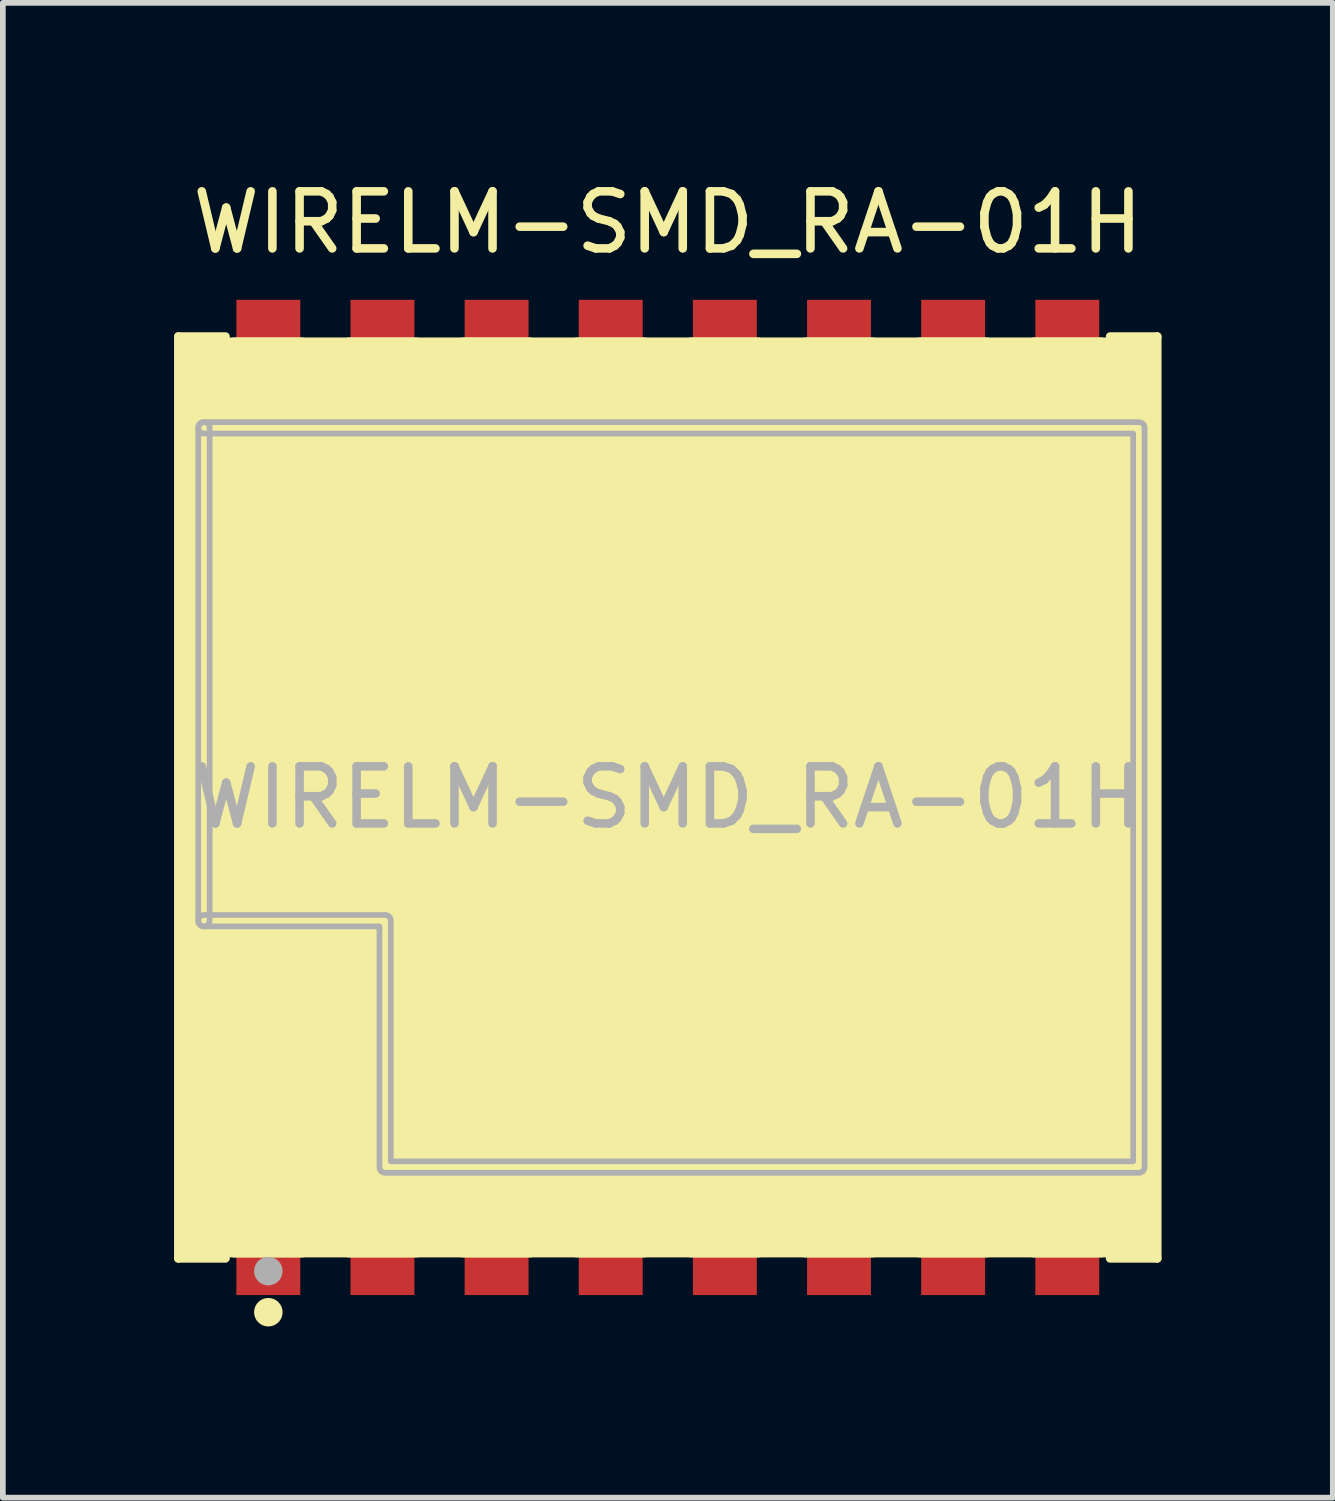
<source format=kicad_pcb>
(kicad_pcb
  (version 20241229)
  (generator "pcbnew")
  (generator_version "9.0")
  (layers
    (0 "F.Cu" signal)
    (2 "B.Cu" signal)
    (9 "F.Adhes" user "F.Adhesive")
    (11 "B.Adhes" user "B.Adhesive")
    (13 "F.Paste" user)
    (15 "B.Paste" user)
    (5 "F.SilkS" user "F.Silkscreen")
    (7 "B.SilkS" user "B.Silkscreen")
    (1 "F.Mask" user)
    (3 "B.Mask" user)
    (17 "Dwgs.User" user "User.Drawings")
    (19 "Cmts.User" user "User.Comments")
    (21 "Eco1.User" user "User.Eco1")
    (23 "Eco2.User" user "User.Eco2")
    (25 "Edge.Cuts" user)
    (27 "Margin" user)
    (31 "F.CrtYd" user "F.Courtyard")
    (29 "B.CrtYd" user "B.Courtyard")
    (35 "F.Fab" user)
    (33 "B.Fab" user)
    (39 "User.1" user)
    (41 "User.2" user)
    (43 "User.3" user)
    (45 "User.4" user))
  (footprint "WIRELM-SMD_RA-01H"
    (layer "F.Cu")
    (at 8.652 10.924)
    (property "Reference" "WIRELM-SMD_RA-01H" (at 0 -10.076 0) (layer "F.SilkS") (effects (font (size 1 1) (thickness 0.15))))
    (attr smd)
    (fp_line (start -8.576 -8.076) (end -7.751 -8.076) (stroke (width 0.152) (type solid)) (layer "F.SilkS"))
    (fp_line (start -8.576 8.076) (end -8.576 -8.076) (stroke (width 0.152) (type solid)) (layer "F.SilkS"))
    (fp_line (start -8.128 -6.477) (end -8.128 2.159) (stroke (width 0.2) (type solid)) (layer "F.SilkS"))
    (fp_line (start -8.128 -6.477) (end 8.255 -6.477) (stroke (width 0.2) (type solid)) (layer "F.SilkS"))
    (fp_line (start -7.751 8.076) (end -8.576 8.076) (stroke (width 0.152) (type solid)) (layer "F.SilkS"))
    (fp_line (start -4.953 2.159) (end -8.128 2.159) (stroke (width 0.2) (type solid)) (layer "F.SilkS"))
    (fp_line (start -4.953 6.477) (end -4.953 2.159) (stroke (width 0.2) (type solid)) (layer "F.SilkS"))
    (fp_line (start 7.751 8.076) (end 8.576 8.076) (stroke (width 0.152) (type solid)) (layer "F.SilkS"))
    (fp_line (start 8.255 -6.477) (end 8.255 6.477) (stroke (width 0.2) (type solid)) (layer "F.SilkS"))
    (fp_line (start 8.255 6.477) (end -4.953 6.477) (stroke (width 0.2) (type solid)) (layer "F.SilkS"))
    (fp_line (start 8.576 -8.076) (end 7.751 -8.076) (stroke (width 0.152) (type solid)) (layer "F.SilkS"))
    (fp_line (start 8.576 8.076) (end 8.576 -8.076) (stroke (width 0.152) (type solid)) (layer "F.SilkS"))
    (fp_circle (center -8.5 8) (end -8.47 8) (stroke (width 0.06) (type solid)) (fill no) (layer "F.SilkS"))
    (fp_circle (center -7 9.02) (end -6.875 9.02) (stroke (width 0.25) (type solid)) (fill no) (layer "F.SilkS"))
    (fp_poly (pts (xy -8.5 8) (xy -8.5 -8) (xy 8.5 -8) (xy 8.5 8)) (stroke (width 0.12) (type solid)) (fill yes) (layer "F.SilkS"))
    (fp_poly (pts (xy -7.6 -8) (xy -7.6 -6.8) (xy -6.4 -6.8) (xy -6.4 -8)) (stroke (width 0.12) (type solid)) (fill yes) (layer "F.SilkS"))
    (fp_poly (pts (xy -7.6 8) (xy -7.6 6.8) (xy -6.4 6.8) (xy -6.4 8)) (stroke (width 0.12) (type solid)) (fill yes) (layer "F.SilkS"))
    (fp_poly (pts (xy -5.6 -8) (xy -5.6 -6.8) (xy -4.4 -6.8) (xy -4.4 -8)) (stroke (width 0.12) (type solid)) (fill yes) (layer "F.SilkS"))
    (fp_poly (pts (xy -5.6 8) (xy -5.6 6.8) (xy -4.4 6.8) (xy -4.4 8)) (stroke (width 0.12) (type solid)) (fill yes) (layer "F.SilkS"))
    (fp_poly (pts (xy -3.6 -8) (xy -3.6 -6.8) (xy -2.4 -6.8) (xy -2.4 -8)) (stroke (width 0.12) (type solid)) (fill yes) (layer "F.SilkS"))
    (fp_poly (pts (xy -3.6 8) (xy -3.6 6.8) (xy -2.4 6.8) (xy -2.4 8)) (stroke (width 0.12) (type solid)) (fill yes) (layer "F.SilkS"))
    (fp_poly (pts (xy -1.6 -8) (xy -1.6 -6.8) (xy -0.4 -6.8) (xy -0.4 -8)) (stroke (width 0.12) (type solid)) (fill yes) (layer "F.SilkS"))
    (fp_poly (pts (xy -1.6 8) (xy -1.6 6.8) (xy -0.4 6.8) (xy -0.4 8)) (stroke (width 0.12) (type solid)) (fill yes) (layer "F.SilkS"))
    (fp_poly (pts (xy 0.4 -8) (xy 0.4 -6.8) (xy 1.6 -6.8) (xy 1.6 -8)) (stroke (width 0.12) (type solid)) (fill yes) (layer "F.SilkS"))
    (fp_poly (pts (xy 0.4 8) (xy 0.4 6.8) (xy 1.6 6.8) (xy 1.6 8)) (stroke (width 0.12) (type solid)) (fill yes) (layer "F.SilkS"))
    (fp_poly (pts (xy 2.4 -8) (xy 2.4 -6.8) (xy 3.6 -6.8) (xy 3.6 -8)) (stroke (width 0.12) (type solid)) (fill yes) (layer "F.SilkS"))
    (fp_poly (pts (xy 2.4 8) (xy 2.4 6.8) (xy 3.6 6.8) (xy 3.6 8)) (stroke (width 0.12) (type solid)) (fill yes) (layer "F.SilkS"))
    (fp_poly (pts (xy 4.4 -8) (xy 4.4 -6.8) (xy 5.6 -6.8) (xy 5.6 -8)) (stroke (width 0.12) (type solid)) (fill yes) (layer "F.SilkS"))
    (fp_poly (pts (xy 4.4 8) (xy 4.4 6.8) (xy 5.6 6.8) (xy 5.6 8)) (stroke (width 0.12) (type solid)) (fill yes) (layer "F.SilkS"))
    (fp_poly (pts (xy 6.4 -8) (xy 6.4 -6.8) (xy 7.6 -6.8) (xy 7.6 -8)) (stroke (width 0.12) (type solid)) (fill yes) (layer "F.SilkS"))
    (fp_poly (pts (xy 6.4 8) (xy 6.4 6.8) (xy 7.6 6.8) (xy 7.6 8)) (stroke (width 0.12) (type solid)) (fill yes) (layer "F.SilkS"))
    (fp_circle (center -7 8.3) (end -6.875 8.3) (stroke (width 0.25) (type solid)) (fill no) (layer "F.Fab"))
    (fp_poly (pts (xy -8.028 -6.477) (xy -8.028 2.159) (xy -8.03 2.18) (xy -8.037 2.2) (xy -8.047 2.218) (xy -8.061 2.233) (xy -8.078 2.246) (xy -8.097 2.254) (xy -8.118 2.258) (xy -8.138 2.258) (xy -8.159 2.254) (xy -8.178 2.246) (xy -8.195 2.233) (xy -8.209 2.218) (xy -8.219 2.2) (xy -8.226 2.18) (xy -8.228 2.159) (xy -8.228 -6.477) (xy -8.226 -6.498) (xy -8.219 -6.518) (xy -8.209 -6.536) (xy -8.195 -6.551) (xy -8.178 -6.564) (xy -8.159 -6.572) (xy -8.138 -6.576) (xy -8.118 -6.576) (xy -8.097 -6.572) (xy -8.078 -6.564) (xy -8.061 -6.551) (xy -8.047 -6.536) (xy -8.037 -6.518) (xy -8.03 -6.498) (xy -8.028 -6.477)) (stroke (width 0.1) (type solid)) (fill no) (layer "F.Fab"))
    (fp_poly (pts (xy -8.128 -6.577) (xy 8.255 -6.577) (xy 8.275 -6.575) (xy 8.293 -6.569) (xy 8.311 -6.56) (xy 8.326 -6.548) (xy 8.338 -6.533) (xy 8.347 -6.515) (xy 8.353 -6.497) (xy 8.355 -6.477) (xy 8.355 6.477) (xy 8.353 6.497) (xy 8.347 6.515) (xy 8.338 6.533) (xy 8.326 6.548) (xy 8.311 6.56) (xy 8.293 6.569) (xy 8.275 6.575) (xy 8.255 6.577) (xy -4.953 6.577) (xy -4.973 6.575) (xy -4.991 6.569) (xy -5.009 6.56) (xy -5.024 6.548) (xy -5.036 6.533) (xy -5.045 6.515) (xy -5.051 6.497) (xy -5.053 6.477) (xy -5.053 2.259) (xy -8.128 2.259) (xy -8.149 2.257) (xy -8.169 2.25) (xy -8.187 2.24) (xy -8.202 2.226) (xy -8.215 2.209) (xy -8.223 2.19) (xy -8.227 2.169) (xy -8.227 2.149) (xy -8.223 2.128) (xy -8.215 2.109) (xy -8.202 2.092) (xy -8.187 2.078) (xy -8.169 2.068) (xy -8.149 2.061) (xy -8.128 2.059) (xy -4.953 2.059) (xy -4.934 2.061) (xy -4.915 2.067) (xy -4.897 2.076) (xy -4.882 2.088) (xy -4.87 2.103) (xy -4.861 2.121) (xy -4.855 2.139) (xy -4.853 2.159) (xy -4.853 6.377) (xy 8.155 6.377) (xy 8.155 -6.377) (xy -8.128 -6.377) (xy -8.149 -6.379) (xy -8.169 -6.386) (xy -8.187 -6.396) (xy -8.202 -6.41) (xy -8.215 -6.427) (xy -8.223 -6.446) (xy -8.227 -6.467) (xy -8.227 -6.487) (xy -8.223 -6.508) (xy -8.215 -6.527) (xy -8.202 -6.544) (xy -8.187 -6.558) (xy -8.169 -6.568) (xy -8.149 -6.575) (xy -8.128 -6.577)) (stroke (width 0.1) (type solid)) (fill no) (layer "F.Fab"))
    (fp_text user "${REFERENCE}" (at 0 0 0) (layer "F.Fab") (effects (font (size 1 1) (thickness 0.15))))
    (pad "1" smd rect (at -7 7.747 90) (size 1.945 1.12) (layers "F.Cu" "F.Mask" "F.Paste"))
    (pad "2" smd rect (at -5 7.747 90) (size 1.945 1.12) (layers "F.Cu" "F.Mask" "F.Paste"))
    (pad "3" smd rect (at -3 7.747 90) (size 1.945 1.12) (layers "F.Cu" "F.Mask" "F.Paste"))
    (pad "4" smd rect (at -1 7.747 90) (size 1.945 1.12) (layers "F.Cu" "F.Mask" "F.Paste"))
    (pad "5" smd rect (at 1 7.747 90) (size 1.945 1.12) (layers "F.Cu" "F.Mask" "F.Paste"))
    (pad "6" smd rect (at 3 7.747 90) (size 1.945 1.12) (layers "F.Cu" "F.Mask" "F.Paste"))
    (pad "7" smd rect (at 5 7.747 90) (size 1.945 1.12) (layers "F.Cu" "F.Mask" "F.Paste"))
    (pad "8" smd rect (at 7 7.747 90) (size 1.945 1.12) (layers "F.Cu" "F.Mask" "F.Paste"))
    (pad "9" smd rect (at 7 -7.748 90) (size 1.945 1.12) (layers "F.Cu" "F.Mask" "F.Paste"))
    (pad "10" smd rect (at 5 -7.748 90) (size 1.945 1.12) (layers "F.Cu" "F.Mask" "F.Paste"))
    (pad "11" smd rect (at 3 -7.748 90) (size 1.945 1.12) (layers "F.Cu" "F.Mask" "F.Paste"))
    (pad "12" smd rect (at 1 -7.748 90) (size 1.945 1.12) (layers "F.Cu" "F.Mask" "F.Paste"))
    (pad "13" smd rect (at -1 -7.748 90) (size 1.945 1.12) (layers "F.Cu" "F.Mask" "F.Paste"))
    (pad "14" smd rect (at -3 -7.748 90) (size 1.945 1.12) (layers "F.Cu" "F.Mask" "F.Paste"))
    (pad "15" smd rect (at -5 -7.748 90) (size 1.945 1.12) (layers "F.Cu" "F.Mask" "F.Paste"))
    (pad "16" smd rect (at -7 -7.748 90) (size 1.945 1.12) (layers "F.Cu" "F.Mask" "F.Paste")))
  (gr_rect
    (start -3 -3)
    (end 20.305 23.194)
    (stroke (width 0.1) (type default))
    (fill no)
    (layer "Edge.Cuts")))
</source>
